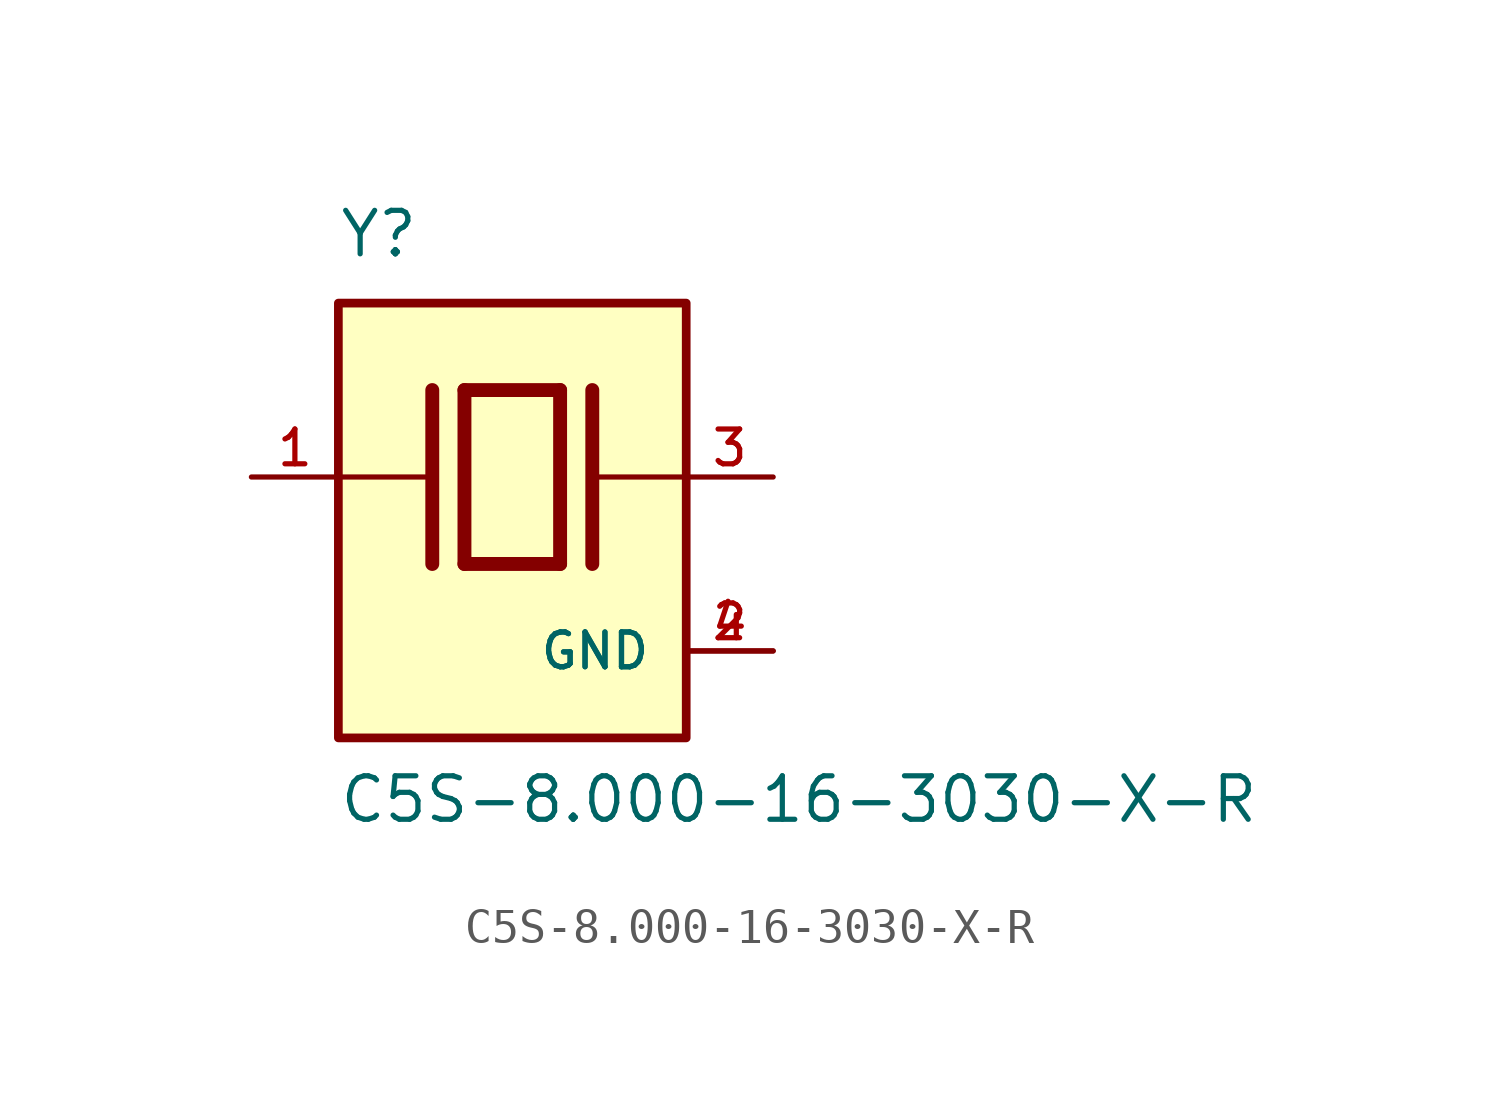
<source format=kicad_sym>
(kicad_symbol_lib
  (version 20211014)
  (generator kicad_symbol_editor)
  (symbol "C5S-8.000-16-3030-X-R"
    (pin_names
      (offset 1.016))
    (property "Reference" "Y"
      (at -5.088 6.356 0)
      (effects (font (size 1.27 1.27)) (justify bottom left)))
    (property "Value" "C5S-8.000-16-3030-X-R"
      (at -5.094 -10.16 0)
      (effects (font (size 1.27 1.27)) (justify bottom left)))
    (symbol "C5S-8.000-16-3030-X-R_0_0"
      (polyline (pts (xy -1.397 2.54) (xy 1.397 2.54)) (stroke (width 0.406)))
      (polyline (pts (xy 1.397 2.54) (xy 1.397 -2.54)) (stroke (width 0.406)))
      (polyline (pts (xy 1.397 -2.54) (xy -1.397 -2.54)) (stroke (width 0.406)))
      (polyline (pts (xy -1.397 2.54) (xy -1.397 -2.54)) (stroke (width 0.406)))
      (polyline (pts (xy 2.337 2.54) (xy 2.337 -2.54)) (stroke (width 0.406)))
      (polyline (pts (xy -2.337 2.54) (xy -2.337 -2.54)) (stroke (width 0.406)))
      (polyline (pts (xy -5.08 0.0) (xy -2.54 0.0)) (stroke (width 0.152)))
      (polyline (pts (xy 2.54 0.0) (xy 5.08 0.0)) (stroke (width 0.152)))
      (rectangle (start -5.08 -7.62) (end 5.08 5.08) (stroke (width 0.254)) (fill (type background)))
      (pin passive line (at 7.62 0.0 180.0) (length 2.54) (name "~" (effects (font (size 1.016 1.016)))) (number "3" (effects (font (size 1.016 1.016)))))
      (pin passive line (at -7.62 0.0 0) (length 2.54) (name "~" (effects (font (size 1.016 1.016)))) (number "1" (effects (font (size 1.016 1.016)))))
      (pin power_in line (at 7.62 -5.08 180.0) (length 2.54) (name "GND" (effects (font (size 1.016 1.016)))) (number "2" (effects (font (size 1.016 1.016)))))
      (pin power_in line (at 7.62 -5.08 180.0) (length 2.54) (name "GND" (effects (font (size 1.016 1.016)))) (number "4" (effects (font (size 1.016 1.016))))))))
</source>
